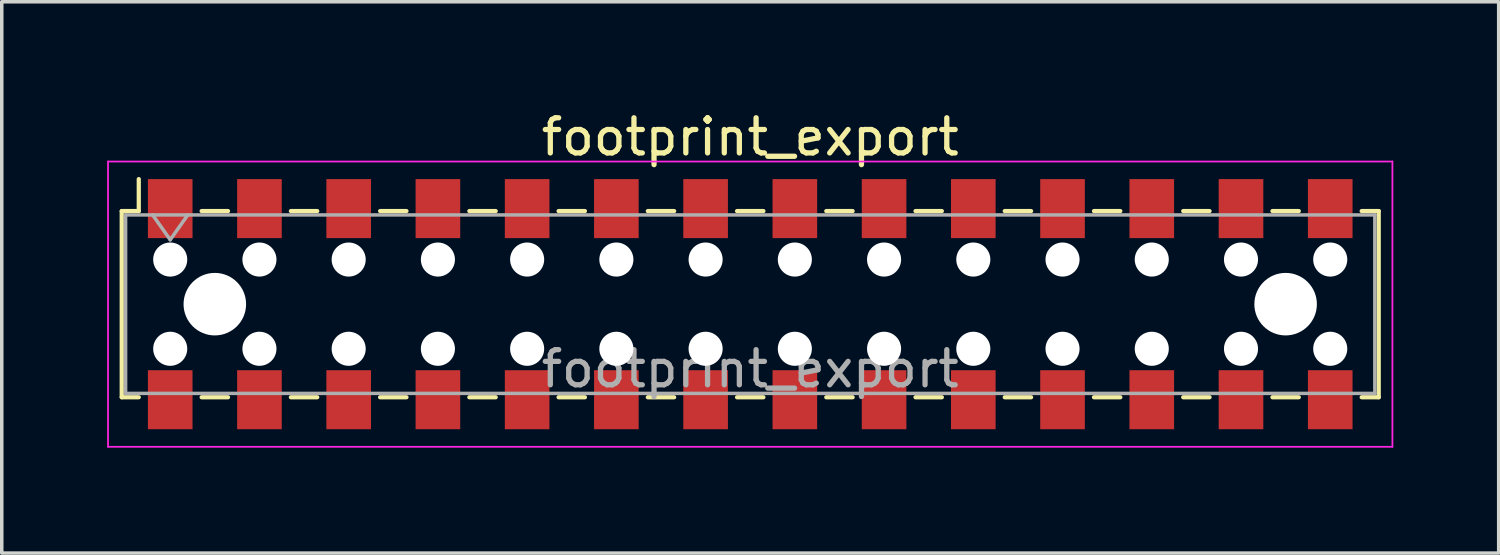
<source format=kicad_pcb>
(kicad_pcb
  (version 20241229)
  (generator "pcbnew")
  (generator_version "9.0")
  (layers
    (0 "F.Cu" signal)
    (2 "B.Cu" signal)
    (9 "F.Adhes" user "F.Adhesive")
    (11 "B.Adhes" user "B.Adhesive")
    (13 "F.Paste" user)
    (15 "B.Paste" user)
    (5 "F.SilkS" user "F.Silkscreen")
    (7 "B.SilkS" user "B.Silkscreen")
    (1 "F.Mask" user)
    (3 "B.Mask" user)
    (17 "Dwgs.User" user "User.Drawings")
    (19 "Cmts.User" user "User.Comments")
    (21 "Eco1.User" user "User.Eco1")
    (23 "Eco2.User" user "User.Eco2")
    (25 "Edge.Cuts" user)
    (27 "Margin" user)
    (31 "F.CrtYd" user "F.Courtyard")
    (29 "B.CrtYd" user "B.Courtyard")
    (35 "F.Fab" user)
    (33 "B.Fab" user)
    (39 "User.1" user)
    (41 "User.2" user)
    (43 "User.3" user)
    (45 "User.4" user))
  (footprint "footprint_export"
    (layer "F.Cu")
    (at 18.305 5.608)
    (property "Reference" "footprint_export" (at 0 -4.76 0) (layer "F.SilkS") (effects (font (size 1 1) (thickness 0.15))))
    (attr smd)
    (fp_line (start -17.89 -2.65) (end -17.89 2.65) (stroke (width 0.12) (type solid)) (layer "F.SilkS"))
    (fp_line (start -17.89 2.65) (end -17.405 2.65) (stroke (width 0.12) (type solid)) (layer "F.SilkS"))
    (fp_line (start -17.405 -3.56) (end -17.405 -2.65) (stroke (width 0.12) (type solid)) (layer "F.SilkS"))
    (fp_line (start -17.405 -2.65) (end -17.89 -2.65) (stroke (width 0.12) (type solid)) (layer "F.SilkS"))
    (fp_line (start -15.615 -2.65) (end -14.865 -2.65) (stroke (width 0.12) (type solid)) (layer "F.SilkS"))
    (fp_line (start -15.615 2.65) (end -14.865 2.65) (stroke (width 0.12) (type solid)) (layer "F.SilkS"))
    (fp_line (start -13.075 -2.65) (end -12.325 -2.65) (stroke (width 0.12) (type solid)) (layer "F.SilkS"))
    (fp_line (start -13.075 2.65) (end -12.325 2.65) (stroke (width 0.12) (type solid)) (layer "F.SilkS"))
    (fp_line (start -10.535 -2.65) (end -9.785 -2.65) (stroke (width 0.12) (type solid)) (layer "F.SilkS"))
    (fp_line (start -10.535 2.65) (end -9.785 2.65) (stroke (width 0.12) (type solid)) (layer "F.SilkS"))
    (fp_line (start -7.995 -2.65) (end -7.245 -2.65) (stroke (width 0.12) (type solid)) (layer "F.SilkS"))
    (fp_line (start -7.995 2.65) (end -7.245 2.65) (stroke (width 0.12) (type solid)) (layer "F.SilkS"))
    (fp_line (start -5.455 -2.65) (end -4.705 -2.65) (stroke (width 0.12) (type solid)) (layer "F.SilkS"))
    (fp_line (start -5.455 2.65) (end -4.705 2.65) (stroke (width 0.12) (type solid)) (layer "F.SilkS"))
    (fp_line (start -2.915 -2.65) (end -2.165 -2.65) (stroke (width 0.12) (type solid)) (layer "F.SilkS"))
    (fp_line (start -2.915 2.65) (end -2.165 2.65) (stroke (width 0.12) (type solid)) (layer "F.SilkS"))
    (fp_line (start -0.375 -2.65) (end 0.375 -2.65) (stroke (width 0.12) (type solid)) (layer "F.SilkS"))
    (fp_line (start -0.375 2.65) (end 0.375 2.65) (stroke (width 0.12) (type solid)) (layer "F.SilkS"))
    (fp_line (start 2.165 -2.65) (end 2.915 -2.65) (stroke (width 0.12) (type solid)) (layer "F.SilkS"))
    (fp_line (start 2.165 2.65) (end 2.915 2.65) (stroke (width 0.12) (type solid)) (layer "F.SilkS"))
    (fp_line (start 4.705 -2.65) (end 5.455 -2.65) (stroke (width 0.12) (type solid)) (layer "F.SilkS"))
    (fp_line (start 4.705 2.65) (end 5.455 2.65) (stroke (width 0.12) (type solid)) (layer "F.SilkS"))
    (fp_line (start 7.245 -2.65) (end 7.995 -2.65) (stroke (width 0.12) (type solid)) (layer "F.SilkS"))
    (fp_line (start 7.245 2.65) (end 7.995 2.65) (stroke (width 0.12) (type solid)) (layer "F.SilkS"))
    (fp_line (start 9.785 -2.65) (end 10.535 -2.65) (stroke (width 0.12) (type solid)) (layer "F.SilkS"))
    (fp_line (start 9.785 2.65) (end 10.535 2.65) (stroke (width 0.12) (type solid)) (layer "F.SilkS"))
    (fp_line (start 12.325 -2.65) (end 13.075 -2.65) (stroke (width 0.12) (type solid)) (layer "F.SilkS"))
    (fp_line (start 12.325 2.65) (end 13.075 2.65) (stroke (width 0.12) (type solid)) (layer "F.SilkS"))
    (fp_line (start 14.865 -2.65) (end 15.615 -2.65) (stroke (width 0.12) (type solid)) (layer "F.SilkS"))
    (fp_line (start 14.865 2.65) (end 15.615 2.65) (stroke (width 0.12) (type solid)) (layer "F.SilkS"))
    (fp_line (start 17.405 -2.65) (end 17.89 -2.65) (stroke (width 0.12) (type solid)) (layer "F.SilkS"))
    (fp_line (start 17.89 -2.65) (end 17.89 2.65) (stroke (width 0.12) (type solid)) (layer "F.SilkS"))
    (fp_line (start 17.89 2.65) (end 17.405 2.65) (stroke (width 0.12) (type solid)) (layer "F.SilkS"))
    (fp_line (start -18.28 -4.06) (end 18.28 -4.06) (stroke (width 0.05) (type solid)) (layer "F.CrtYd"))
    (fp_line (start -18.28 4.06) (end -18.28 -4.06) (stroke (width 0.05) (type solid)) (layer "F.CrtYd"))
    (fp_line (start 18.28 -4.06) (end 18.28 4.06) (stroke (width 0.05) (type solid)) (layer "F.CrtYd"))
    (fp_line (start 18.28 4.06) (end -18.28 4.06) (stroke (width 0.05) (type solid)) (layer "F.CrtYd"))
    (fp_line (start -17.78 -2.54) (end 17.78 -2.54) (stroke (width 0.1) (type solid)) (layer "F.Fab"))
    (fp_line (start -17.78 2.54) (end -17.78 -2.54) (stroke (width 0.1) (type solid)) (layer "F.Fab"))
    (fp_line (start -17.01 -2.54) (end -16.51 -1.833) (stroke (width 0.1) (type solid)) (layer "F.Fab"))
    (fp_line (start -16.51 -1.833) (end -16.01 -2.54) (stroke (width 0.1) (type solid)) (layer "F.Fab"))
    (fp_line (start 17.78 -2.54) (end 17.78 2.54) (stroke (width 0.1) (type solid)) (layer "F.Fab"))
    (fp_line (start 17.78 2.54) (end -17.78 2.54) (stroke (width 0.1) (type solid)) (layer "F.Fab"))
    (fp_text user "${REFERENCE}" (at 0 1.84 0) (layer "F.Fab") (effects (font (size 1 1) (thickness 0.15))))
    (pad "" np_thru_hole circle (at -16.51 -1.27) (size 0.97 0.97) (drill 0.97) (layers "*.Cu" "*.Mask"))
    (pad "" np_thru_hole circle (at -16.51 1.27) (size 0.97 0.97) (drill 0.97) (layers "*.Cu" "*.Mask"))
    (pad "" np_thru_hole circle (at -15.24 0) (size 1.78 1.78) (drill 1.78) (layers "*.Cu" "*.Mask"))
    (pad "" np_thru_hole circle (at -13.97 -1.27) (size 0.97 0.97) (drill 0.97) (layers "*.Cu" "*.Mask"))
    (pad "" np_thru_hole circle (at -13.97 1.27) (size 0.97 0.97) (drill 0.97) (layers "*.Cu" "*.Mask"))
    (pad "" np_thru_hole circle (at -11.43 -1.27) (size 0.97 0.97) (drill 0.97) (layers "*.Cu" "*.Mask"))
    (pad "" np_thru_hole circle (at -11.43 1.27) (size 0.97 0.97) (drill 0.97) (layers "*.Cu" "*.Mask"))
    (pad "" np_thru_hole circle (at -8.89 -1.27) (size 0.97 0.97) (drill 0.97) (layers "*.Cu" "*.Mask"))
    (pad "" np_thru_hole circle (at -8.89 1.27) (size 0.97 0.97) (drill 0.97) (layers "*.Cu" "*.Mask"))
    (pad "" np_thru_hole circle (at -6.35 -1.27) (size 0.97 0.97) (drill 0.97) (layers "*.Cu" "*.Mask"))
    (pad "" np_thru_hole circle (at -6.35 1.27) (size 0.97 0.97) (drill 0.97) (layers "*.Cu" "*.Mask"))
    (pad "" np_thru_hole circle (at -3.81 -1.27) (size 0.97 0.97) (drill 0.97) (layers "*.Cu" "*.Mask"))
    (pad "" np_thru_hole circle (at -3.81 1.27) (size 0.97 0.97) (drill 0.97) (layers "*.Cu" "*.Mask"))
    (pad "" np_thru_hole circle (at -1.27 -1.27) (size 0.97 0.97) (drill 0.97) (layers "*.Cu" "*.Mask"))
    (pad "" np_thru_hole circle (at -1.27 1.27) (size 0.97 0.97) (drill 0.97) (layers "*.Cu" "*.Mask"))
    (pad "" np_thru_hole circle (at 1.27 -1.27) (size 0.97 0.97) (drill 0.97) (layers "*.Cu" "*.Mask"))
    (pad "" np_thru_hole circle (at 1.27 1.27) (size 0.97 0.97) (drill 0.97) (layers "*.Cu" "*.Mask"))
    (pad "" np_thru_hole circle (at 3.81 -1.27) (size 0.97 0.97) (drill 0.97) (layers "*.Cu" "*.Mask"))
    (pad "" np_thru_hole circle (at 3.81 1.27) (size 0.97 0.97) (drill 0.97) (layers "*.Cu" "*.Mask"))
    (pad "" np_thru_hole circle (at 6.35 -1.27) (size 0.97 0.97) (drill 0.97) (layers "*.Cu" "*.Mask"))
    (pad "" np_thru_hole circle (at 6.35 1.27) (size 0.97 0.97) (drill 0.97) (layers "*.Cu" "*.Mask"))
    (pad "" np_thru_hole circle (at 8.89 -1.27) (size 0.97 0.97) (drill 0.97) (layers "*.Cu" "*.Mask"))
    (pad "" np_thru_hole circle (at 8.89 1.27) (size 0.97 0.97) (drill 0.97) (layers "*.Cu" "*.Mask"))
    (pad "" np_thru_hole circle (at 11.43 -1.27) (size 0.97 0.97) (drill 0.97) (layers "*.Cu" "*.Mask"))
    (pad "" np_thru_hole circle (at 11.43 1.27) (size 0.97 0.97) (drill 0.97) (layers "*.Cu" "*.Mask"))
    (pad "" np_thru_hole circle (at 13.97 -1.27) (size 0.97 0.97) (drill 0.97) (layers "*.Cu" "*.Mask"))
    (pad "" np_thru_hole circle (at 13.97 1.27) (size 0.97 0.97) (drill 0.97) (layers "*.Cu" "*.Mask"))
    (pad "" np_thru_hole circle (at 15.24 0) (size 1.78 1.78) (drill 1.78) (layers "*.Cu" "*.Mask"))
    (pad "" np_thru_hole circle (at 16.51 -1.27) (size 0.97 0.97) (drill 0.97) (layers "*.Cu" "*.Mask"))
    (pad "" np_thru_hole circle (at 16.51 1.27) (size 0.97 0.97) (drill 0.97) (layers "*.Cu" "*.Mask"))
    (pad "1" smd rect (at -16.51 -2.72) (size 1.27 1.68) (layers "F.Cu" "F.Mask" "F.Paste"))
    (pad "2" smd rect (at -16.51 2.72) (size 1.27 1.68) (layers "F.Cu" "F.Mask" "F.Paste"))
    (pad "3" smd rect (at -13.97 -2.72) (size 1.27 1.68) (layers "F.Cu" "F.Mask" "F.Paste"))
    (pad "4" smd rect (at -13.97 2.72) (size 1.27 1.68) (layers "F.Cu" "F.Mask" "F.Paste"))
    (pad "5" smd rect (at -11.43 -2.72) (size 1.27 1.68) (layers "F.Cu" "F.Mask" "F.Paste"))
    (pad "6" smd rect (at -11.43 2.72) (size 1.27 1.68) (layers "F.Cu" "F.Mask" "F.Paste"))
    (pad "7" smd rect (at -8.89 -2.72) (size 1.27 1.68) (layers "F.Cu" "F.Mask" "F.Paste"))
    (pad "8" smd rect (at -8.89 2.72) (size 1.27 1.68) (layers "F.Cu" "F.Mask" "F.Paste"))
    (pad "9" smd rect (at -6.35 -2.72) (size 1.27 1.68) (layers "F.Cu" "F.Mask" "F.Paste"))
    (pad "10" smd rect (at -6.35 2.72) (size 1.27 1.68) (layers "F.Cu" "F.Mask" "F.Paste"))
    (pad "11" smd rect (at -3.81 -2.72) (size 1.27 1.68) (layers "F.Cu" "F.Mask" "F.Paste"))
    (pad "12" smd rect (at -3.81 2.72) (size 1.27 1.68) (layers "F.Cu" "F.Mask" "F.Paste"))
    (pad "13" smd rect (at -1.27 -2.72) (size 1.27 1.68) (layers "F.Cu" "F.Mask" "F.Paste"))
    (pad "14" smd rect (at -1.27 2.72) (size 1.27 1.68) (layers "F.Cu" "F.Mask" "F.Paste"))
    (pad "15" smd rect (at 1.27 -2.72) (size 1.27 1.68) (layers "F.Cu" "F.Mask" "F.Paste"))
    (pad "16" smd rect (at 1.27 2.72) (size 1.27 1.68) (layers "F.Cu" "F.Mask" "F.Paste"))
    (pad "17" smd rect (at 3.81 -2.72) (size 1.27 1.68) (layers "F.Cu" "F.Mask" "F.Paste"))
    (pad "18" smd rect (at 3.81 2.72) (size 1.27 1.68) (layers "F.Cu" "F.Mask" "F.Paste"))
    (pad "19" smd rect (at 6.35 -2.72) (size 1.27 1.68) (layers "F.Cu" "F.Mask" "F.Paste"))
    (pad "20" smd rect (at 6.35 2.72) (size 1.27 1.68) (layers "F.Cu" "F.Mask" "F.Paste"))
    (pad "21" smd rect (at 8.89 -2.72) (size 1.27 1.68) (layers "F.Cu" "F.Mask" "F.Paste"))
    (pad "22" smd rect (at 8.89 2.72) (size 1.27 1.68) (layers "F.Cu" "F.Mask" "F.Paste"))
    (pad "23" smd rect (at 11.43 -2.72) (size 1.27 1.68) (layers "F.Cu" "F.Mask" "F.Paste"))
    (pad "24" smd rect (at 11.43 2.72) (size 1.27 1.68) (layers "F.Cu" "F.Mask" "F.Paste"))
    (pad "25" smd rect (at 13.97 -2.72) (size 1.27 1.68) (layers "F.Cu" "F.Mask" "F.Paste"))
    (pad "26" smd rect (at 13.97 2.72) (size 1.27 1.68) (layers "F.Cu" "F.Mask" "F.Paste"))
    (pad "27" smd rect (at 16.51 -2.72) (size 1.27 1.68) (layers "F.Cu" "F.Mask" "F.Paste"))
    (pad "28" smd rect (at 16.51 2.72) (size 1.27 1.68) (layers "F.Cu" "F.Mask" "F.Paste")))
  (gr_rect
    (start -3 -3)
    (end 39.61 12.693)
    (stroke (width 0.1) (type default))
    (fill no)
    (layer "Edge.Cuts")))
</source>
